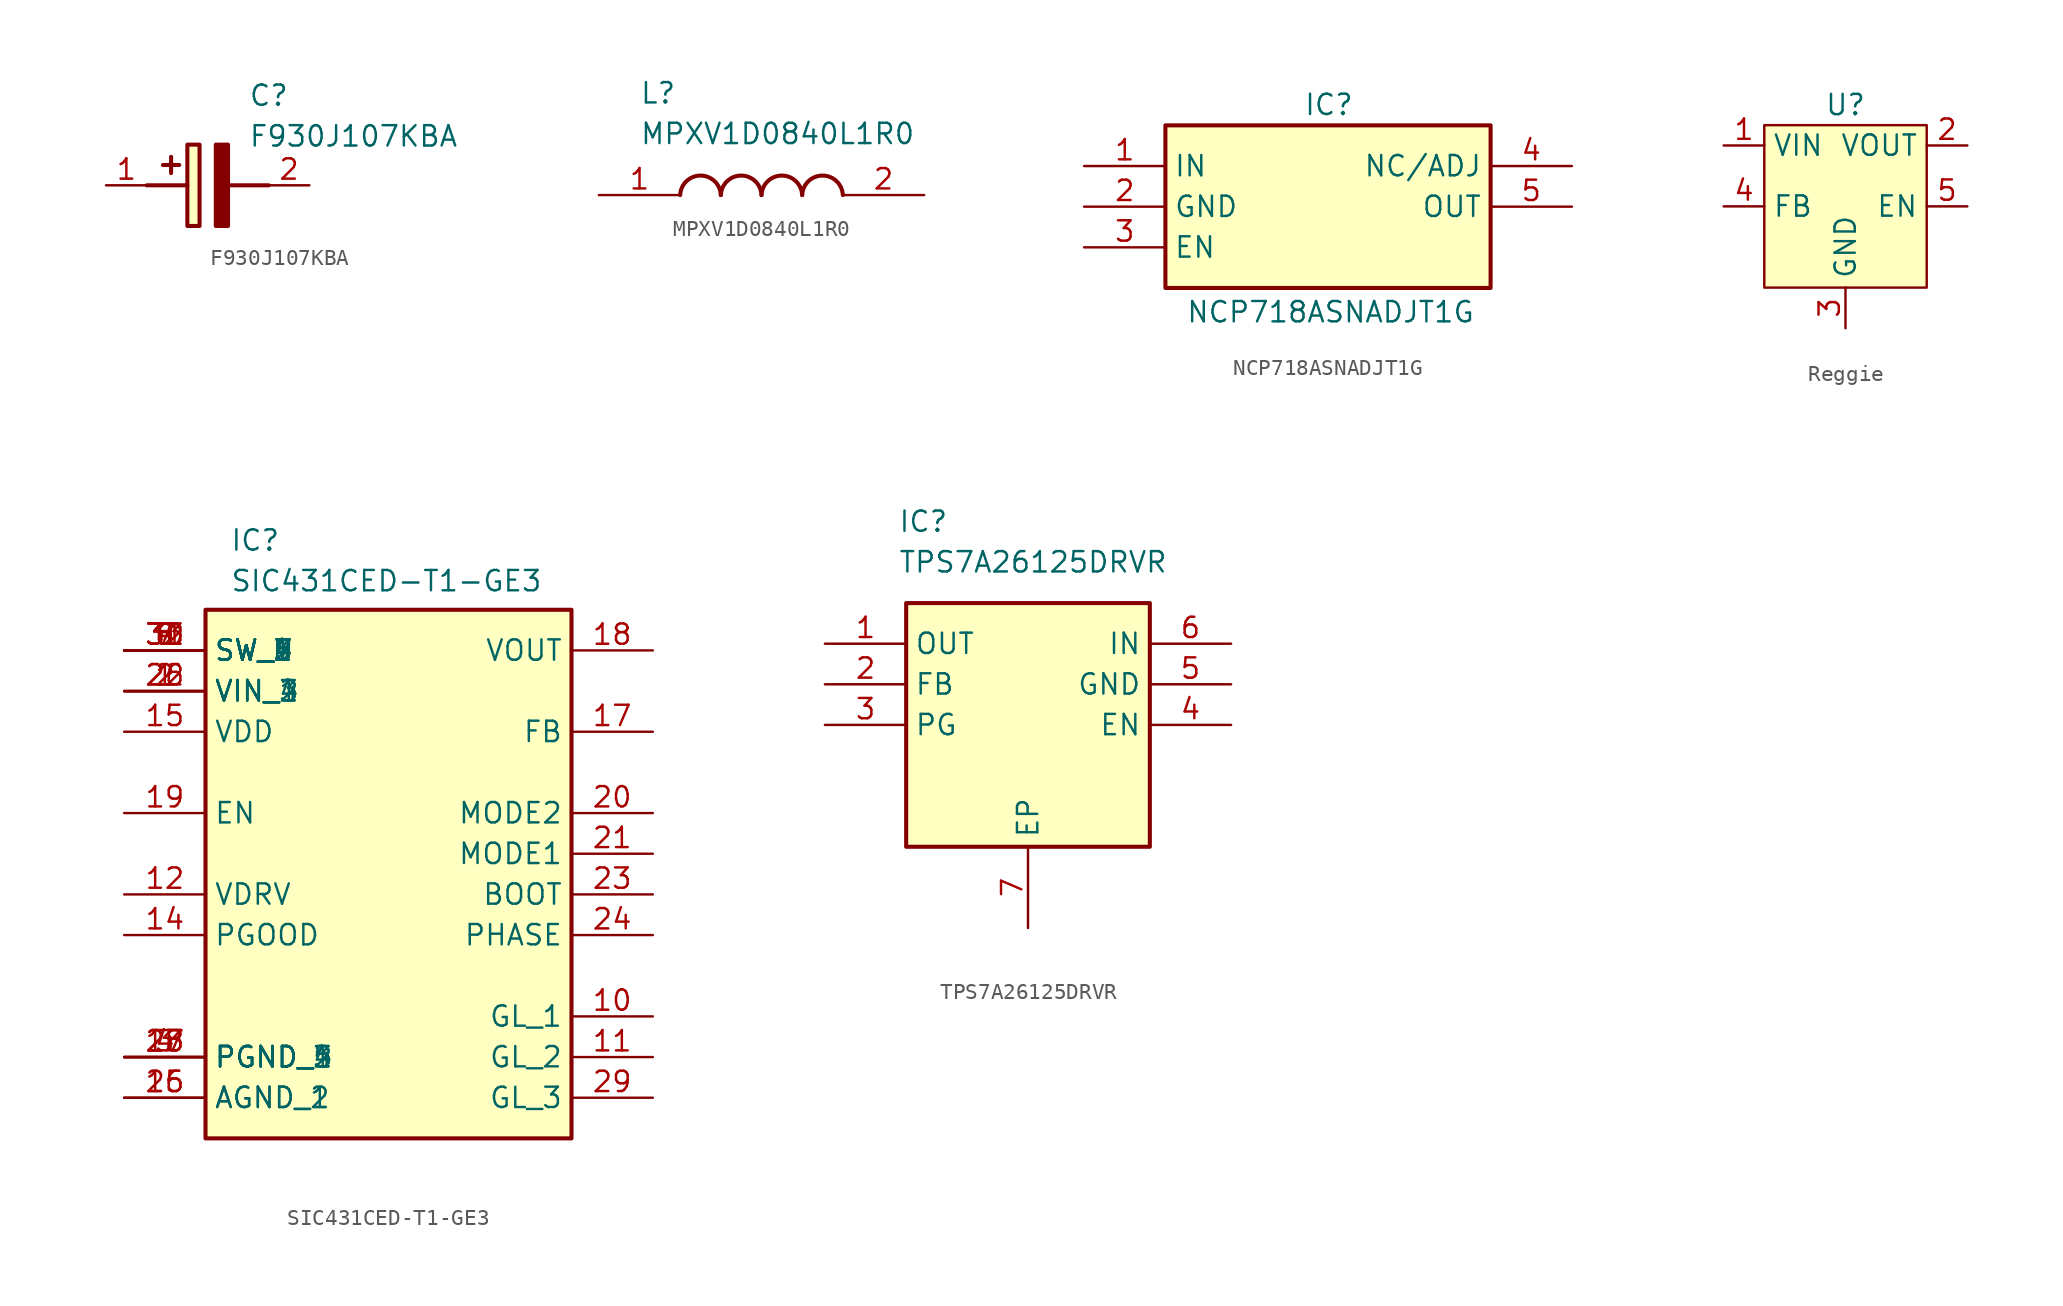
<source format=kicad_sym>
(kicad_symbol_lib
  (version 20241209)
  (generator "kicad_symbol_editor")
  (generator_version "9.0")
  (symbol "F930J107KBA"
    (pin_names
      (hide yes))
    (property "Reference" "C"
      (at 8.89 6.35 0)
      (effects (font (size 1.27 1.27)) (justify left top)))
    (property "Value" "F930J107KBA"
      (at 8.89 3.81 0)
      (effects (font (size 1.27 1.27)) (justify left top)))
    (symbol "F930J107KBA_1_1"
      (polyline (pts (xy 2.54 0) (xy 5.08 0)) (stroke (width 0.254) (type default)) (fill (type none)))
      (polyline (pts (xy 4.064 1.778) (xy 4.064 0.762)) (stroke (width 0.254) (type default)) (fill (type none)))
      (polyline (pts (xy 4.572 1.27) (xy 3.556 1.27)) (stroke (width 0.254) (type default)) (fill (type none)))
      (rectangle (start 5.08 2.54) (end 5.842 -2.54) (stroke (width 0.254) (type default)) (fill (type background)))
      (polyline (pts (xy 7.62 2.54) (xy 7.62 -2.54) (xy 6.858 -2.54) (xy 6.858 2.54) (xy 7.62 2.54)) (stroke (width 0.254) (type default)) (fill (type outline)))
      (polyline (pts (xy 7.62 0) (xy 10.16 0)) (stroke (width 0.254) (type default)) (fill (type none)))
      (pin passive line (at 0 0 0) (length 2.54) (name "+" (effects (font (size 1.27 1.27)))) (number "1" (effects (font (size 1.27 1.27)))))
      (pin passive line (at 12.7 0 180) (length 2.54) (name "-" (effects (font (size 1.27 1.27)))) (number "2" (effects (font (size 1.27 1.27)))))))
  (symbol "MPXV1D0840L1R0"
    (pin_names
      (hide yes))
    (property "Reference" "L"
      (at 2.54 7.112 0)
      (effects (font (size 1.27 1.27)) (justify left top)))
    (property "Value" "MPXV1D0840L1R0"
      (at 2.54 4.572 0)
      (effects (font (size 1.27 1.27)) (justify left top)))
    (symbol "MPXV1D0840L1R0_1_1"
      (arc (start 5.08 0) (mid 6.35 1.219) (end 7.62 0) (stroke (width 0.254) (type default)) (fill (type none)))
      (arc (start 7.62 0) (mid 8.89 1.219) (end 10.16 0) (stroke (width 0.254) (type default)) (fill (type none)))
      (arc (start 10.16 0) (mid 11.43 1.219) (end 12.7 0) (stroke (width 0.254) (type default)) (fill (type none)))
      (arc (start 12.7 0) (mid 13.97 1.219) (end 15.24 0) (stroke (width 0.254) (type default)) (fill (type none)))
      (pin passive line (at 0 0 0) (length 5.08) (name "1" (effects (font (size 1.27 1.27)))) (number "1" (effects (font (size 1.27 1.27)))))
      (pin passive line (at 20.32 0 180) (length 5.08) (name "2" (effects (font (size 1.27 1.27)))) (number "2" (effects (font (size 1.27 1.27)))))))
  (symbol "NCP718ASNADJT1G"
    (property "Reference" "IC"
      (at 13.716 4.572 0)
      (effects (font (size 1.27 1.27)) (justify left top)))
    (property "Value" "NCP718ASNADJT1G"
      (at 6.35 -8.382 0)
      (effects (font (size 1.27 1.27)) (justify left top)))
    (symbol "NCP718ASNADJT1G_1_1"
      (rectangle (start 5.08 2.54) (end 25.4 -7.62) (stroke (width 0.254) (type default)) (fill (type background)))
      (pin passive line (at 0 0 0) (length 5.08) (name "IN" (effects (font (size 1.27 1.27)))) (number "1" (effects (font (size 1.27 1.27)))))
      (pin passive line (at 0 -2.54 0) (length 5.08) (name "GND" (effects (font (size 1.27 1.27)))) (number "2" (effects (font (size 1.27 1.27)))))
      (pin passive line (at 0 -5.08 0) (length 5.08) (name "EN" (effects (font (size 1.27 1.27)))) (number "3" (effects (font (size 1.27 1.27)))))
      (pin passive line (at 30.48 0 180) (length 5.08) (name "NC/ADJ" (effects (font (size 1.27 1.27)))) (number "4" (effects (font (size 1.27 1.27)))))
      (pin passive line (at 30.48 -2.54 180) (length 5.08) (name "OUT" (effects (font (size 1.27 1.27)))) (number "5" (effects (font (size 1.27 1.27)))))))
  (symbol "Reggie"
    (property "Reference" "U"
      (at 0 2.54 0)
      (effects (font (size 1.27 1.27))))
    (property "Value" ""
      (at 0 0 0)
      (effects (font (size 1.27 1.27))))
    (symbol "Reggie_1_1"
      (rectangle (start -5.08 1.27) (end 5.08 -8.89) (stroke (width 0) (type solid)) (fill (type color) (color 255 255 194 1)))
      (pin power_in line (at -7.62 0 0) (length 2.54) (name "VIN" (effects (font (size 1.27 1.27)))) (number "1" (effects (font (size 1.27 1.27)))))
      (pin input line (at -7.62 -3.81 0) (length 2.54) (name "FB" (effects (font (size 1.27 1.27)))) (number "4" (effects (font (size 1.27 1.27)))))
      (pin power_in line (at 0 -11.43 90) (length 2.54) (name "GND" (effects (font (size 1.27 1.27)))) (number "3" (effects (font (size 1.27 1.27)))))
      (pin power_out line (at 7.62 0 180) (length 2.54) (name "VOUT" (effects (font (size 1.27 1.27)))) (number "2" (effects (font (size 1.27 1.27)))))
      (pin input line (at 7.62 -3.81 180) (length 2.54) (name "EN" (effects (font (size 1.27 1.27)))) (number "5" (effects (font (size 1.27 1.27)))))))
  (symbol "SIC431CED-T1-GE3"
    (property "Reference" "IC"
      (at 6.604 7.62 0)
      (effects (font (size 1.27 1.27)) (justify left top)))
    (property "Value" "SIC431CED-T1-GE3"
      (at 6.604 5.08 0)
      (effects (font (size 1.27 1.27)) (justify left top)))
    (symbol "SIC431CED-T1-GE3_1_1"
      (rectangle (start 5.08 2.54) (end 27.94 -30.48) (stroke (width 0.254) (type default)) (fill (type background)))
      (pin passive line (at 0 0 0) (length 5.08) (name "SW_6" (effects (font (size 1.27 1.27)))) (number "30" (effects (font (size 1.27 1.27)))))
      (pin passive line (at 0 0 0) (length 5.08) (name "SW_7" (effects (font (size 1.27 1.27)))) (number "31" (effects (font (size 1.27 1.27)))))
      (pin passive line (at 0 0 0) (length 5.08) (name "SW_8" (effects (font (size 1.27 1.27)))) (number "32" (effects (font (size 1.27 1.27)))))
      (pin passive line (at 0 0 0) (length 5.08) (name "SW_9" (effects (font (size 1.27 1.27)))) (number "33" (effects (font (size 1.27 1.27)))))
      (pin passive line (at 0 0 0) (length 5.08) (name "SW_1" (effects (font (size 1.27 1.27)))) (number "5" (effects (font (size 1.27 1.27)))))
      (pin passive line (at 0 0 0) (length 5.08) (name "SW_2" (effects (font (size 1.27 1.27)))) (number "6" (effects (font (size 1.27 1.27)))))
      (pin passive line (at 0 0 0) (length 5.08) (name "SW_3" (effects (font (size 1.27 1.27)))) (number "7" (effects (font (size 1.27 1.27)))))
      (pin passive line (at 0 0 0) (length 5.08) (name "SW_4" (effects (font (size 1.27 1.27)))) (number "8" (effects (font (size 1.27 1.27)))))
      (pin passive line (at 0 0 0) (length 5.08) (name "SW_5" (effects (font (size 1.27 1.27)))) (number "9" (effects (font (size 1.27 1.27)))))
      (pin passive line (at 0 -2.54 0) (length 5.08) (name "VIN_1" (effects (font (size 1.27 1.27)))) (number "1" (effects (font (size 1.27 1.27)))))
      (pin passive line (at 0 -2.54 0) (length 5.08) (name "VIN_2" (effects (font (size 1.27 1.27)))) (number "2" (effects (font (size 1.27 1.27)))))
      (pin passive line (at 0 -2.54 0) (length 5.08) (name "VIN_3" (effects (font (size 1.27 1.27)))) (number "22" (effects (font (size 1.27 1.27)))))
      (pin passive line (at 0 -2.54 0) (length 5.08) (name "VIN_4" (effects (font (size 1.27 1.27)))) (number "26" (effects (font (size 1.27 1.27)))))
      (pin passive line (at 0 -5.08 0) (length 5.08) (name "VDD" (effects (font (size 1.27 1.27)))) (number "15" (effects (font (size 1.27 1.27)))))
      (pin passive line (at 0 -10.16 0) (length 5.08) (name "EN" (effects (font (size 1.27 1.27)))) (number "19" (effects (font (size 1.27 1.27)))))
      (pin passive line (at 0 -15.24 0) (length 5.08) (name "VDRV" (effects (font (size 1.27 1.27)))) (number "12" (effects (font (size 1.27 1.27)))))
      (pin passive line (at 0 -17.78 0) (length 5.08) (name "PGOOD" (effects (font (size 1.27 1.27)))) (number "14" (effects (font (size 1.27 1.27)))))
      (pin passive line (at 0 -25.4 0) (length 5.08) (name "PGND_3" (effects (font (size 1.27 1.27)))) (number "13" (effects (font (size 1.27 1.27)))))
      (pin passive line (at 0 -25.4 0) (length 5.08) (name "PGND_4" (effects (font (size 1.27 1.27)))) (number "27" (effects (font (size 1.27 1.27)))))
      (pin passive line (at 0 -25.4 0) (length 5.08) (name "PGND_5" (effects (font (size 1.27 1.27)))) (number "28" (effects (font (size 1.27 1.27)))))
      (pin passive line (at 0 -25.4 0) (length 5.08) (name "PGND_1" (effects (font (size 1.27 1.27)))) (number "3" (effects (font (size 1.27 1.27)))))
      (pin passive line (at 0 -25.4 0) (length 5.08) (name "PGND_2" (effects (font (size 1.27 1.27)))) (number "4" (effects (font (size 1.27 1.27)))))
      (pin passive line (at 0 -27.94 0) (length 5.08) (name "AGND_1" (effects (font (size 1.27 1.27)))) (number "16" (effects (font (size 1.27 1.27)))))
      (pin passive line (at 0 -27.94 0) (length 5.08) (name "AGND_2" (effects (font (size 1.27 1.27)))) (number "25" (effects (font (size 1.27 1.27)))))
      (pin passive line (at 33.02 0 180) (length 5.08) (name "VOUT" (effects (font (size 1.27 1.27)))) (number "18" (effects (font (size 1.27 1.27)))))
      (pin passive line (at 33.02 -5.08 180) (length 5.08) (name "FB" (effects (font (size 1.27 1.27)))) (number "17" (effects (font (size 1.27 1.27)))))
      (pin passive line (at 33.02 -10.16 180) (length 5.08) (name "MODE2" (effects (font (size 1.27 1.27)))) (number "20" (effects (font (size 1.27 1.27)))))
      (pin passive line (at 33.02 -12.7 180) (length 5.08) (name "MODE1" (effects (font (size 1.27 1.27)))) (number "21" (effects (font (size 1.27 1.27)))))
      (pin passive line (at 33.02 -15.24 180) (length 5.08) (name "BOOT" (effects (font (size 1.27 1.27)))) (number "23" (effects (font (size 1.27 1.27)))))
      (pin passive line (at 33.02 -17.78 180) (length 5.08) (name "PHASE" (effects (font (size 1.27 1.27)))) (number "24" (effects (font (size 1.27 1.27)))))
      (pin passive line (at 33.02 -22.86 180) (length 5.08) (name "GL_1" (effects (font (size 1.27 1.27)))) (number "10" (effects (font (size 1.27 1.27)))))
      (pin passive line (at 33.02 -25.4 180) (length 5.08) (name "GL_2" (effects (font (size 1.27 1.27)))) (number "11" (effects (font (size 1.27 1.27)))))
      (pin passive line (at 33.02 -27.94 180) (length 5.08) (name "GL_3" (effects (font (size 1.27 1.27)))) (number "29" (effects (font (size 1.27 1.27)))))))
  (symbol "TPS7A26125DRVR"
    (property "Reference" "IC"
      (at 4.572 8.382 0)
      (effects (font (size 1.27 1.27)) (justify left top)))
    (property "Value" "TPS7A26125DRVR"
      (at 4.572 5.842 0)
      (effects (font (size 1.27 1.27)) (justify left top)))
    (symbol "TPS7A26125DRVR_1_1"
      (rectangle (start 5.08 2.54) (end 20.32 -12.7) (stroke (width 0.254) (type default)) (fill (type background)))
      (pin passive line (at 0 0 0) (length 5.08) (name "OUT" (effects (font (size 1.27 1.27)))) (number "1" (effects (font (size 1.27 1.27)))))
      (pin passive line (at 0 -2.54 0) (length 5.08) (name "FB" (effects (font (size 1.27 1.27)))) (number "2" (effects (font (size 1.27 1.27)))))
      (pin passive line (at 0 -5.08 0) (length 5.08) (name "PG" (effects (font (size 1.27 1.27)))) (number "3" (effects (font (size 1.27 1.27)))))
      (pin passive line (at 12.7 -17.78 90) (length 5.08) (name "EP" (effects (font (size 1.27 1.27)))) (number "7" (effects (font (size 1.27 1.27)))))
      (pin passive line (at 25.4 0 180) (length 5.08) (name "IN" (effects (font (size 1.27 1.27)))) (number "6" (effects (font (size 1.27 1.27)))))
      (pin passive line (at 25.4 -2.54 180) (length 5.08) (name "GND" (effects (font (size 1.27 1.27)))) (number "5" (effects (font (size 1.27 1.27)))))
      (pin passive line (at 25.4 -5.08 180) (length 5.08) (name "EN" (effects (font (size 1.27 1.27)))) (number "4" (effects (font (size 1.27 1.27))))))))
</source>
